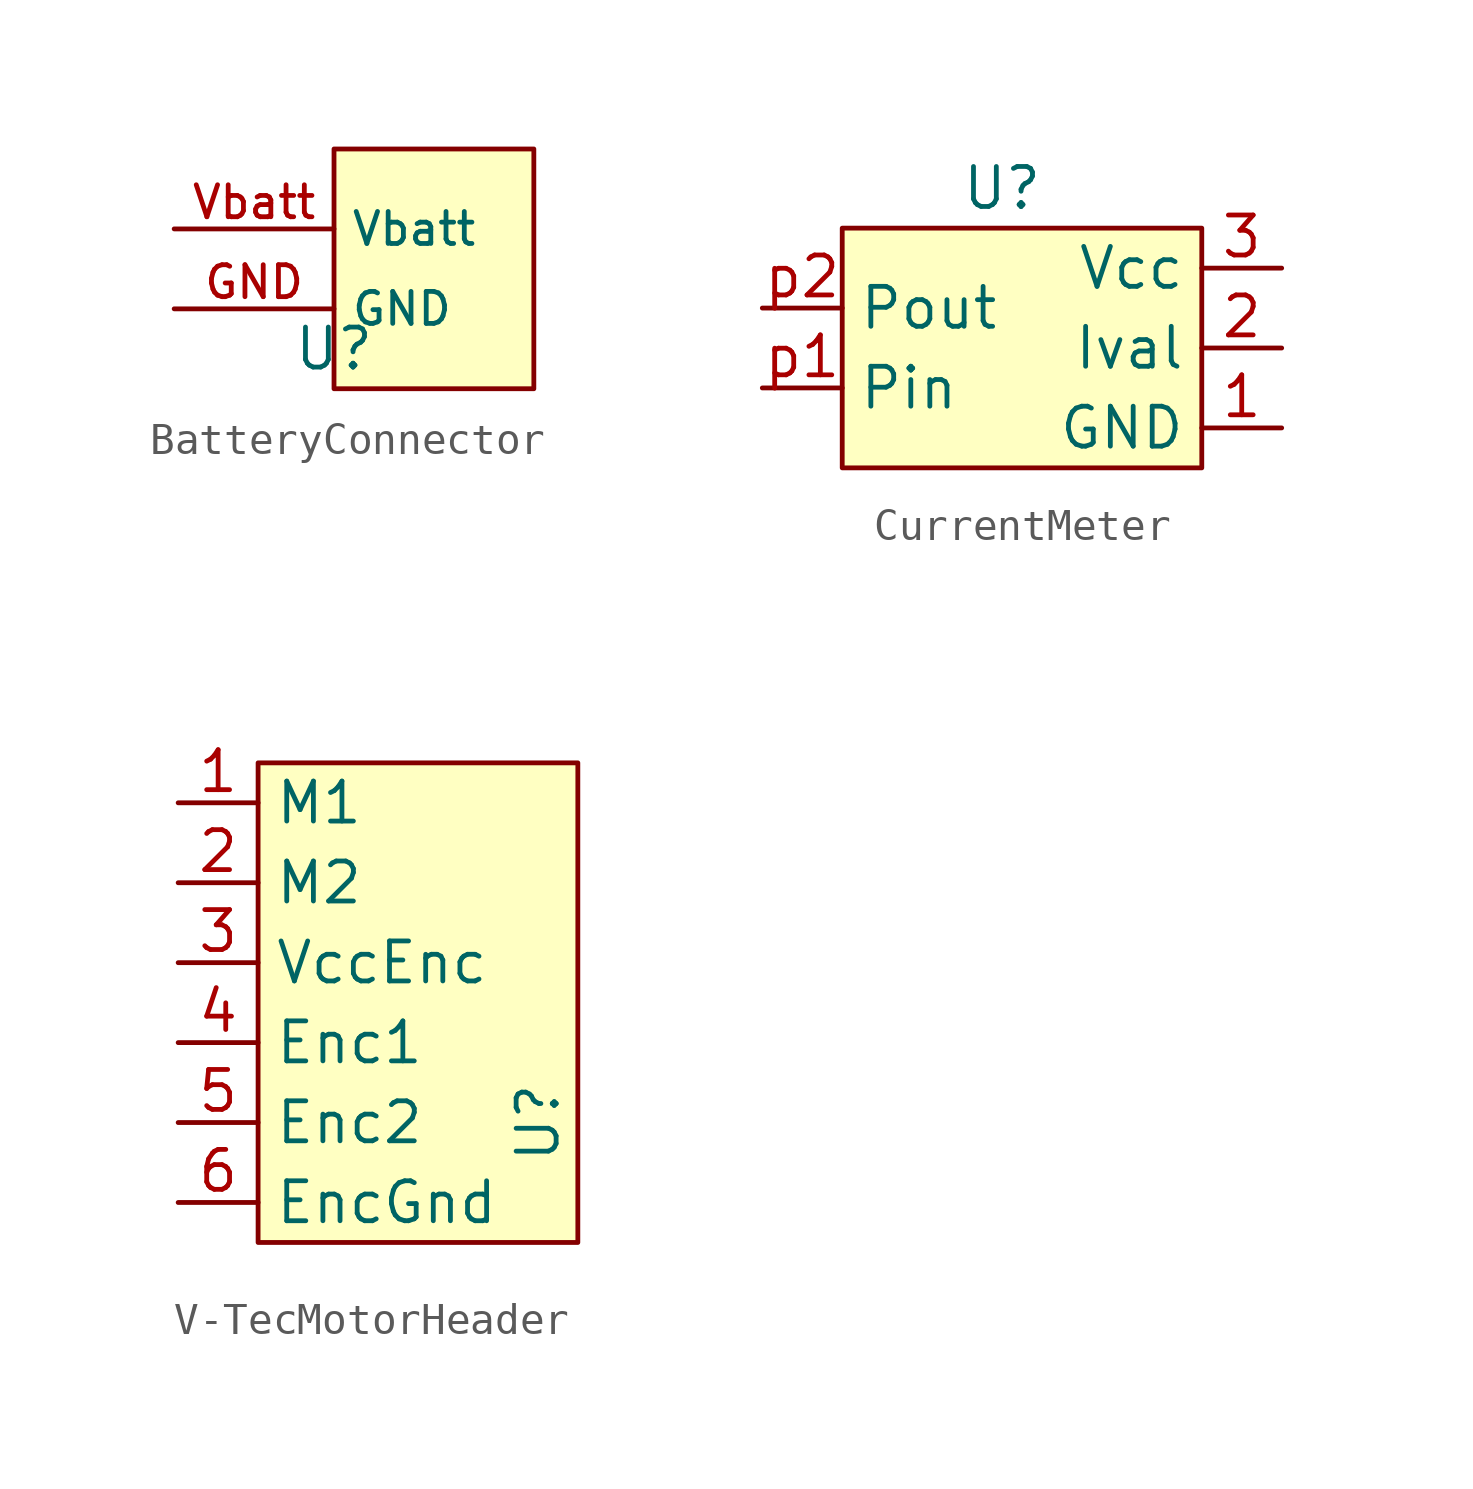
<source format=kicad_sym>
(kicad_symbol_lib
  (version 20220914)
  (generator kicad_symbol_editor)
  (symbol "BatteryConnector"
    (property "Reference" "U"
      (at 0 -2.54 0)
      (effects (font (size 1.27 1.27))))
    (property "Value" ""
      (at 0 -2.54 0)
      (effects (font (size 1.27 1.27))))
    (symbol "BatteryConnector_1_0"
      (pin power_out line (at -5.08 -1.27 0) (length 5.08) (name "GND" (effects (font (size 1.016 1.016)))) (number "GND" (effects (font (size 1.016 1.016)))))
      (pin power_out line (at -5.08 1.27 0) (length 5.08) (name "Vbatt" (effects (font (size 1.016 1.016)))) (number "Vbatt" (effects (font (size 1.016 1.016))))))
    (symbol "BatteryConnector_1_1"
      (rectangle (start 0 3.81) (end 6.35 -3.81) (stroke (width 0) (type default)) (fill (type background)))))
  (symbol "CurrentMeter"
    (property "Reference" "U"
      (at 0 5.08 0)
      (effects (font (size 1.27 1.27))))
    (property "Value" ""
      (at -1.27 0 0)
      (effects (font (size 1.27 1.27))))
    (symbol "CurrentMeter_1_1"
      (rectangle (start -5.08 3.81) (end 6.35 -3.81) (stroke (width 0) (type default)) (fill (type background)))
      (pin power_in line (at 8.89 -2.54 180) (length 2.54) (name "GND" (effects (font (size 1.27 1.27)))) (number "1" (effects (font (size 1.27 1.27)))))
      (pin power_in line (at 8.89 0 180) (length 2.54) (name "Ival" (effects (font (size 1.27 1.27)))) (number "2" (effects (font (size 1.27 1.27)))))
      (pin power_in line (at 8.89 2.54 180) (length 2.54) (name "Vcc" (effects (font (size 1.27 1.27)))) (number "3" (effects (font (size 1.27 1.27)))))
      (pin power_in line (at -7.62 -1.27 0) (length 2.54) (name "Pin" (effects (font (size 1.27 1.27)))) (number "p1" (effects (font (size 1.27 1.27)))))
      (pin power_out line (at -7.62 1.27 0) (length 2.54) (name "Pout" (effects (font (size 1.27 1.27)))) (number "p2" (effects (font (size 1.27 1.27)))))))
  (symbol "V-TecMotorHeader"
    (property "Reference" "U"
      (at 3.81 -3.81 90)
      (effects (font (size 1.27 1.27))))
    (property "Value" ""
      (at -2.54 1.27 0)
      (effects (font (size 1.27 1.27))))
    (symbol "V-TecMotorHeader_1_1"
      (rectangle (start -5.08 7.62) (end 5.08 -7.62) (stroke (width 0) (type default)) (fill (type background)))
      (pin input line (at -7.62 6.35 0) (length 2.54) (name "M1" (effects (font (size 1.27 1.27)))) (number "1" (effects (font (size 1.27 1.27)))))
      (pin input line (at -7.62 3.81 0) (length 2.54) (name "M2" (effects (font (size 1.27 1.27)))) (number "2" (effects (font (size 1.27 1.27)))))
      (pin input line (at -7.62 1.27 0) (length 2.54) (name "VccEnc" (effects (font (size 1.27 1.27)))) (number "3" (effects (font (size 1.27 1.27)))))
      (pin output line (at -7.62 -1.27 0) (length 2.54) (name "Enc1" (effects (font (size 1.27 1.27)))) (number "4" (effects (font (size 1.27 1.27)))))
      (pin output line (at -7.62 -3.81 0) (length 2.54) (name "Enc2" (effects (font (size 1.27 1.27)))) (number "5" (effects (font (size 1.27 1.27)))))
      (pin output line (at -7.62 -6.35 0) (length 2.54) (name "EncGnd" (effects (font (size 1.27 1.27)))) (number "6" (effects (font (size 1.27 1.27))))))))
</source>
